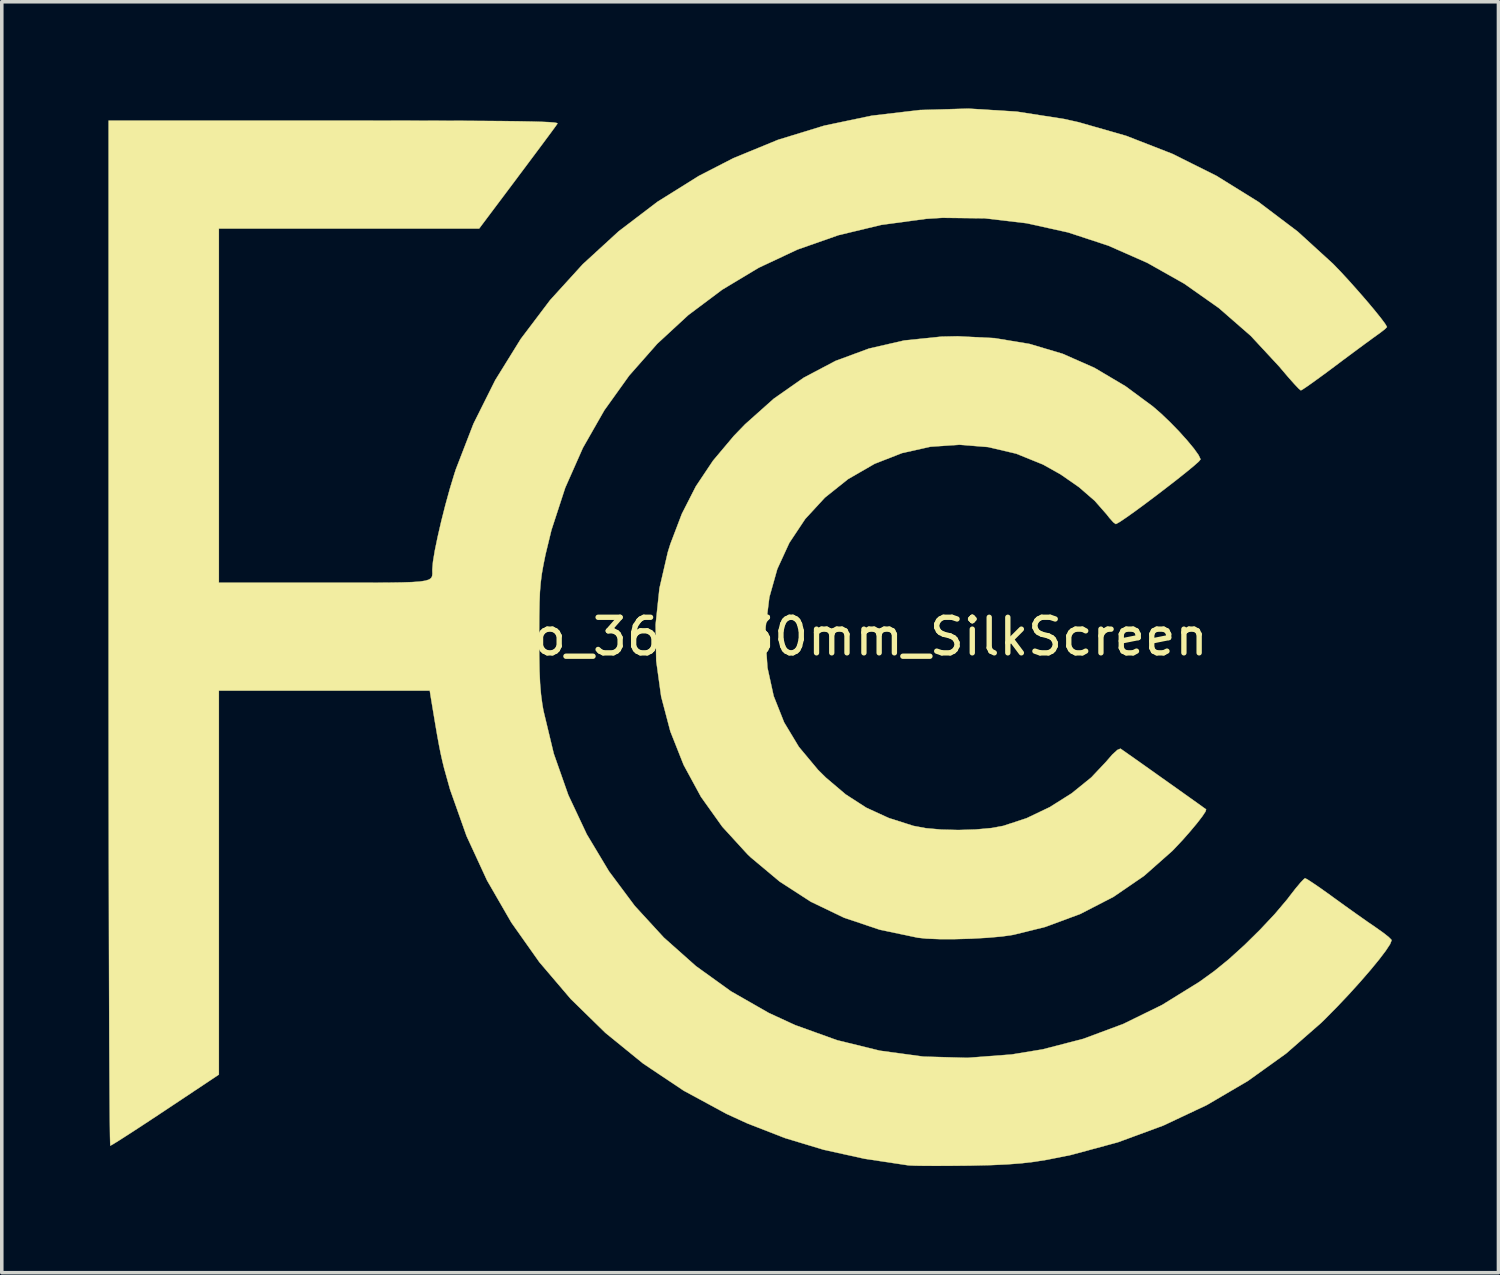
<source format=kicad_pcb>
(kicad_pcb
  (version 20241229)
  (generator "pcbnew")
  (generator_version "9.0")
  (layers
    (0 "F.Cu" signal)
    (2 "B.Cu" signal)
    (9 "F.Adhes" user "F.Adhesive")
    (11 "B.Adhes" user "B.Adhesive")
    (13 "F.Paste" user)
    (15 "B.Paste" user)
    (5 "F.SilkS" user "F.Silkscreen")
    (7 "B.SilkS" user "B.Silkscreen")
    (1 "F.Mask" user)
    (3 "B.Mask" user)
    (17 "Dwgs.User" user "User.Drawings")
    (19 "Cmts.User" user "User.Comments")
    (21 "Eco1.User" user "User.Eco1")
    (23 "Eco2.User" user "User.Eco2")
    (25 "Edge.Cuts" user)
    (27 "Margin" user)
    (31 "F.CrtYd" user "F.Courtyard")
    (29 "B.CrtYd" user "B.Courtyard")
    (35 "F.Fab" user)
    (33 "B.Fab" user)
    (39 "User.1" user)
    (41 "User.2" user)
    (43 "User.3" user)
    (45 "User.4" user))
  (footprint "FCC-Logo_36.3x30mm_SilkScreen"
    (layer "F.Cu")
    (at 18.082 14.857)
    (property "Reference" "FCC-Logo_36.3x30mm_SilkScreen" (at 0 0 0) (layer "F.SilkS") (effects (font (size 1 1) (thickness 0.15))))
    (attr exclude_from_pos_files exclude_from_bom)
    (fp_poly (pts (xy 6.844 -8.396) (xy 7.823 -8.234) (xy 8.754 -7.957) (xy 9.65 -7.562) (xy 10.524 -7.044) (xy 11.294 -6.475) (xy 11.529 -6.271) (xy 11.781 -6.03) (xy 12.031 -5.773) (xy 12.259 -5.519) (xy 12.448 -5.291) (xy 12.579 -5.108) (xy 12.634 -4.992) (xy 12.634 -4.985) (xy 12.584 -4.925) (xy 12.445 -4.802) (xy 12.236 -4.63) (xy 11.976 -4.423) (xy 11.682 -4.195) (xy 11.374 -3.959) (xy 11.07 -3.731) (xy 10.789 -3.524) (xy 10.548 -3.353) (xy 10.366 -3.23) (xy 10.263 -3.172) (xy 10.25 -3.168) (xy 10.181 -3.218) (xy 10.069 -3.344) (xy 9.995 -3.439) (xy 9.656 -3.824) (xy 9.215 -4.206) (xy 8.7 -4.564) (xy 8.206 -4.841) (xy 7.451 -5.147) (xy 6.66 -5.333) (xy 5.85 -5.398) (xy 5.037 -5.342) (xy 4.24 -5.164) (xy 3.474 -4.865) (xy 3.467 -4.862) (xy 2.72 -4.431) (xy 2.069 -3.911) (xy 1.516 -3.311) (xy 1.069 -2.639) (xy 0.73 -1.902) (xy 0.507 -1.109) (xy 0.403 -0.268) (xy 0.396 0.02) (xy 0.454 0.874) (xy 0.628 1.669) (xy 0.922 2.41) (xy 1.337 3.1) (xy 1.876 3.746) (xy 2.096 3.964) (xy 2.654 4.437) (xy 3.232 4.81) (xy 3.866 5.101) (xy 4.56 5.322) (xy 4.91 5.387) (xy 5.347 5.426) (xy 5.827 5.438) (xy 6.31 5.423) (xy 6.752 5.383) (xy 7.085 5.322) (xy 7.742 5.106) (xy 8.395 4.794) (xy 9.012 4.405) (xy 9.56 3.961) (xy 9.97 3.527) (xy 10.154 3.315) (xy 10.296 3.186) (xy 10.382 3.15) (xy 10.387 3.152) (xy 10.454 3.199) (xy 10.61 3.309) (xy 10.835 3.467) (xy 11.109 3.661) (xy 11.413 3.877) (xy 11.728 4.1) (xy 12.035 4.318) (xy 12.314 4.516) (xy 12.545 4.681) (xy 12.71 4.8) (xy 12.79 4.857) (xy 12.792 4.859) (xy 12.773 4.921) (xy 12.68 5.06) (xy 12.531 5.253) (xy 12.341 5.48) (xy 12.129 5.721) (xy 11.909 5.955) (xy 11.835 6.031) (xy 11.049 6.726) (xy 10.187 7.317) (xy 9.255 7.798) (xy 8.264 8.165) (xy 7.373 8.385) (xy 7.053 8.432) (xy 6.648 8.468) (xy 6.195 8.494) (xy 5.731 8.507) (xy 5.293 8.507) (xy 4.919 8.492) (xy 4.684 8.467) (xy 3.612 8.242) (xy 2.609 7.905) (xy 1.673 7.455) (xy 0.798 6.889) (xy -0.017 6.207) (xy -0.109 6.119) (xy -0.816 5.346) (xy -1.416 4.505) (xy -1.904 3.607) (xy -2.278 2.663) (xy -2.536 1.683) (xy -2.675 0.679) (xy -2.692 -0.34) (xy -2.584 -1.361) (xy -2.349 -2.376) (xy -2.278 -2.604) (xy -1.954 -3.455) (xy -1.56 -4.228) (xy -1.078 -4.949) (xy -0.491 -5.647) (xy -0.174 -5.975) (xy 0.631 -6.693) (xy 1.477 -7.286) (xy 2.368 -7.756) (xy 3.308 -8.103) (xy 4.3 -8.331) (xy 5.348 -8.439) (xy 5.806 -8.449) (xy 6.844 -8.396)) (stroke (width 0.01) (type solid)) (fill yes) (layer "F.SilkS"))
    (fp_poly (pts (xy 7.463 -14.768) (xy 8.798 -14.56) (xy 9.203 -14.47) (xy 10.544 -14.086) (xy 11.84 -13.581) (xy 13.083 -12.961) (xy 14.261 -12.23) (xy 15.366 -11.395) (xy 16.359 -10.489) (xy 16.571 -10.27) (xy 16.809 -10.012) (xy 17.056 -9.735) (xy 17.297 -9.458) (xy 17.516 -9.198) (xy 17.696 -8.975) (xy 17.821 -8.809) (xy 17.876 -8.716) (xy 17.878 -8.709) (xy 17.827 -8.656) (xy 17.7 -8.556) (xy 17.597 -8.482) (xy 17.45 -8.376) (xy 17.222 -8.209) (xy 16.938 -7.999) (xy 16.623 -7.765) (xy 16.413 -7.607) (xy 16.113 -7.384) (xy 15.849 -7.192) (xy 15.639 -7.043) (xy 15.502 -6.951) (xy 15.456 -6.927) (xy 15.397 -6.975) (xy 15.272 -7.107) (xy 15.099 -7.302) (xy 14.894 -7.543) (xy 14.854 -7.591) (xy 14.047 -8.461) (xy 13.151 -9.242) (xy 12.177 -9.928) (xy 11.137 -10.515) (xy 10.044 -10.997) (xy 8.91 -11.37) (xy 7.745 -11.628) (xy 6.563 -11.767) (xy 5.375 -11.781) (xy 4.911 -11.752) (xy 3.656 -11.582) (xy 2.449 -11.292) (xy 1.297 -10.888) (xy 0.205 -10.375) (xy -0.82 -9.759) (xy -1.773 -9.045) (xy -2.647 -8.238) (xy -3.436 -7.343) (xy -4.135 -6.367) (xy -4.736 -5.314) (xy -5.234 -4.19) (xy -5.622 -3) (xy -5.789 -2.313) (xy -5.848 -2.022) (xy -5.893 -1.769) (xy -5.924 -1.524) (xy -5.946 -1.26) (xy -5.958 -0.95) (xy -5.965 -0.566) (xy -5.968 -0.079) (xy -5.968 -0.033) (xy -5.966 0.514) (xy -5.958 0.954) (xy -5.942 1.315) (xy -5.916 1.621) (xy -5.879 1.899) (xy -5.848 2.078) (xy -5.557 3.29) (xy -5.148 4.453) (xy -4.628 5.559) (xy -4.003 6.601) (xy -3.279 7.572) (xy -2.462 8.462) (xy -1.558 9.266) (xy -0.573 9.975) (xy 0.486 10.581) (xy 1.231 10.925) (xy 2.412 11.35) (xy 3.615 11.645) (xy 4.838 11.811) (xy 6.075 11.846) (xy 7.322 11.751) (xy 8.192 11.608) (xy 9.336 11.312) (xy 10.464 10.892) (xy 11.557 10.356) (xy 12.599 9.711) (xy 13.019 9.408) (xy 13.427 9.076) (xy 13.87 8.675) (xy 14.314 8.237) (xy 14.726 7.798) (xy 15.071 7.39) (xy 15.144 7.294) (xy 15.312 7.078) (xy 15.454 6.909) (xy 15.55 6.811) (xy 15.576 6.795) (xy 15.647 6.832) (xy 15.803 6.934) (xy 16.023 7.085) (xy 16.287 7.273) (xy 16.378 7.34) (xy 16.698 7.571) (xy 17.025 7.804) (xy 17.323 8.014) (xy 17.555 8.173) (xy 17.566 8.181) (xy 17.771 8.326) (xy 17.927 8.449) (xy 18.004 8.527) (xy 18.009 8.538) (xy 17.967 8.647) (xy 17.844 8.834) (xy 17.654 9.084) (xy 17.409 9.382) (xy 17.123 9.712) (xy 16.808 10.06) (xy 16.477 10.41) (xy 16.144 10.748) (xy 16.024 10.865) (xy 15.039 11.726) (xy 13.964 12.497) (xy 12.81 13.174) (xy 11.588 13.75) (xy 10.312 14.22) (xy 8.992 14.577) (xy 8.313 14.713) (xy 7.954 14.77) (xy 7.595 14.812) (xy 7.204 14.842) (xy 6.749 14.863) (xy 6.2 14.876) (xy 6.07 14.878) (xy 5.635 14.882) (xy 5.232 14.884) (xy 4.884 14.883) (xy 4.614 14.879) (xy 4.447 14.872) (xy 4.42 14.87) (xy 3.184 14.684) (xy 2.036 14.431) (xy 0.947 14.102) (xy -0.112 13.69) (xy -0.693 13.424) (xy -1.904 12.768) (xy -3.043 12.006) (xy -4.103 11.144) (xy -5.078 10.191) (xy -5.962 9.154) (xy -6.75 8.039) (xy -7.434 6.854) (xy -8.01 5.606) (xy -8.472 4.303) (xy -8.642 3.695) (xy -8.69 3.498) (xy -8.736 3.293) (xy -8.783 3.058) (xy -8.836 2.77) (xy -8.898 2.406) (xy -8.975 1.943) (xy -9.01 1.732) (xy -9.044 1.517) (xy -14.976 1.517) (xy -14.976 12.317) (xy -16.478 13.317) (xy -16.874 13.579) (xy -17.235 13.816) (xy -17.545 14.017) (xy -17.79 14.174) (xy -17.956 14.277) (xy -18.028 14.316) (xy -18.029 14.316) (xy -18.033 14.251) (xy -18.038 14.06) (xy -18.042 13.749) (xy -18.046 13.325) (xy -18.05 12.792) (xy -18.054 12.156) (xy -18.058 11.425) (xy -18.061 10.604) (xy -18.064 9.698) (xy -18.067 8.715) (xy -18.069 7.659) (xy -18.071 6.537) (xy -18.073 5.355) (xy -18.075 4.118) (xy -18.076 2.833) (xy -18.077 1.506) (xy -18.077 0.143) (xy -18.077 -0.099) (xy -18.077 -14.514) (xy -11.739 -14.514) (xy -10.648 -14.514) (xy -9.682 -14.513) (xy -8.834 -14.511) (xy -8.099 -14.509) (xy -7.47 -14.505) (xy -6.939 -14.501) (xy -6.501 -14.495) (xy -6.15 -14.488) (xy -5.877 -14.48) (xy -5.678 -14.471) (xy -5.545 -14.46) (xy -5.471 -14.447) (xy -5.451 -14.433) (xy -5.452 -14.432) (xy -5.503 -14.359) (xy -5.623 -14.195) (xy -5.801 -13.955) (xy -6.025 -13.654) (xy -6.286 -13.305) (xy -6.572 -12.923) (xy -6.578 -12.914) (xy -7.655 -11.479) (xy -14.976 -11.479) (xy -14.976 -1.517) (xy -12.014 -1.517) (xy -11.301 -1.517) (xy -10.709 -1.517) (xy -10.226 -1.519) (xy -9.842 -1.525) (xy -9.544 -1.535) (xy -9.324 -1.55) (xy -9.168 -1.574) (xy -9.065 -1.606) (xy -9.006 -1.648) (xy -8.978 -1.701) (xy -8.97 -1.768) (xy -8.972 -1.848) (xy -8.972 -1.894) (xy -8.954 -2.107) (xy -8.902 -2.421) (xy -8.822 -2.808) (xy -8.722 -3.242) (xy -8.607 -3.697) (xy -8.483 -4.148) (xy -8.356 -4.567) (xy -8.311 -4.706) (xy -7.815 -5.989) (xy -7.203 -7.214) (xy -6.483 -8.376) (xy -5.659 -9.466) (xy -4.74 -10.476) (xy -3.732 -11.4) (xy -2.641 -12.231) (xy -1.474 -12.96) (xy -0.505 -13.458) (xy 0.75 -13.974) (xy 2.052 -14.373) (xy 3.388 -14.653) (xy 4.744 -14.813) (xy 6.107 -14.852) (xy 7.463 -14.768)) (stroke (width 0.01) (type solid)) (fill yes) (layer "F.SilkS")))
  (gr_rect
    (start -3 -3)
    (end 39.096 32.746)
    (stroke (width 0.1) (type default))
    (fill no)
    (layer "Edge.Cuts")))
</source>
